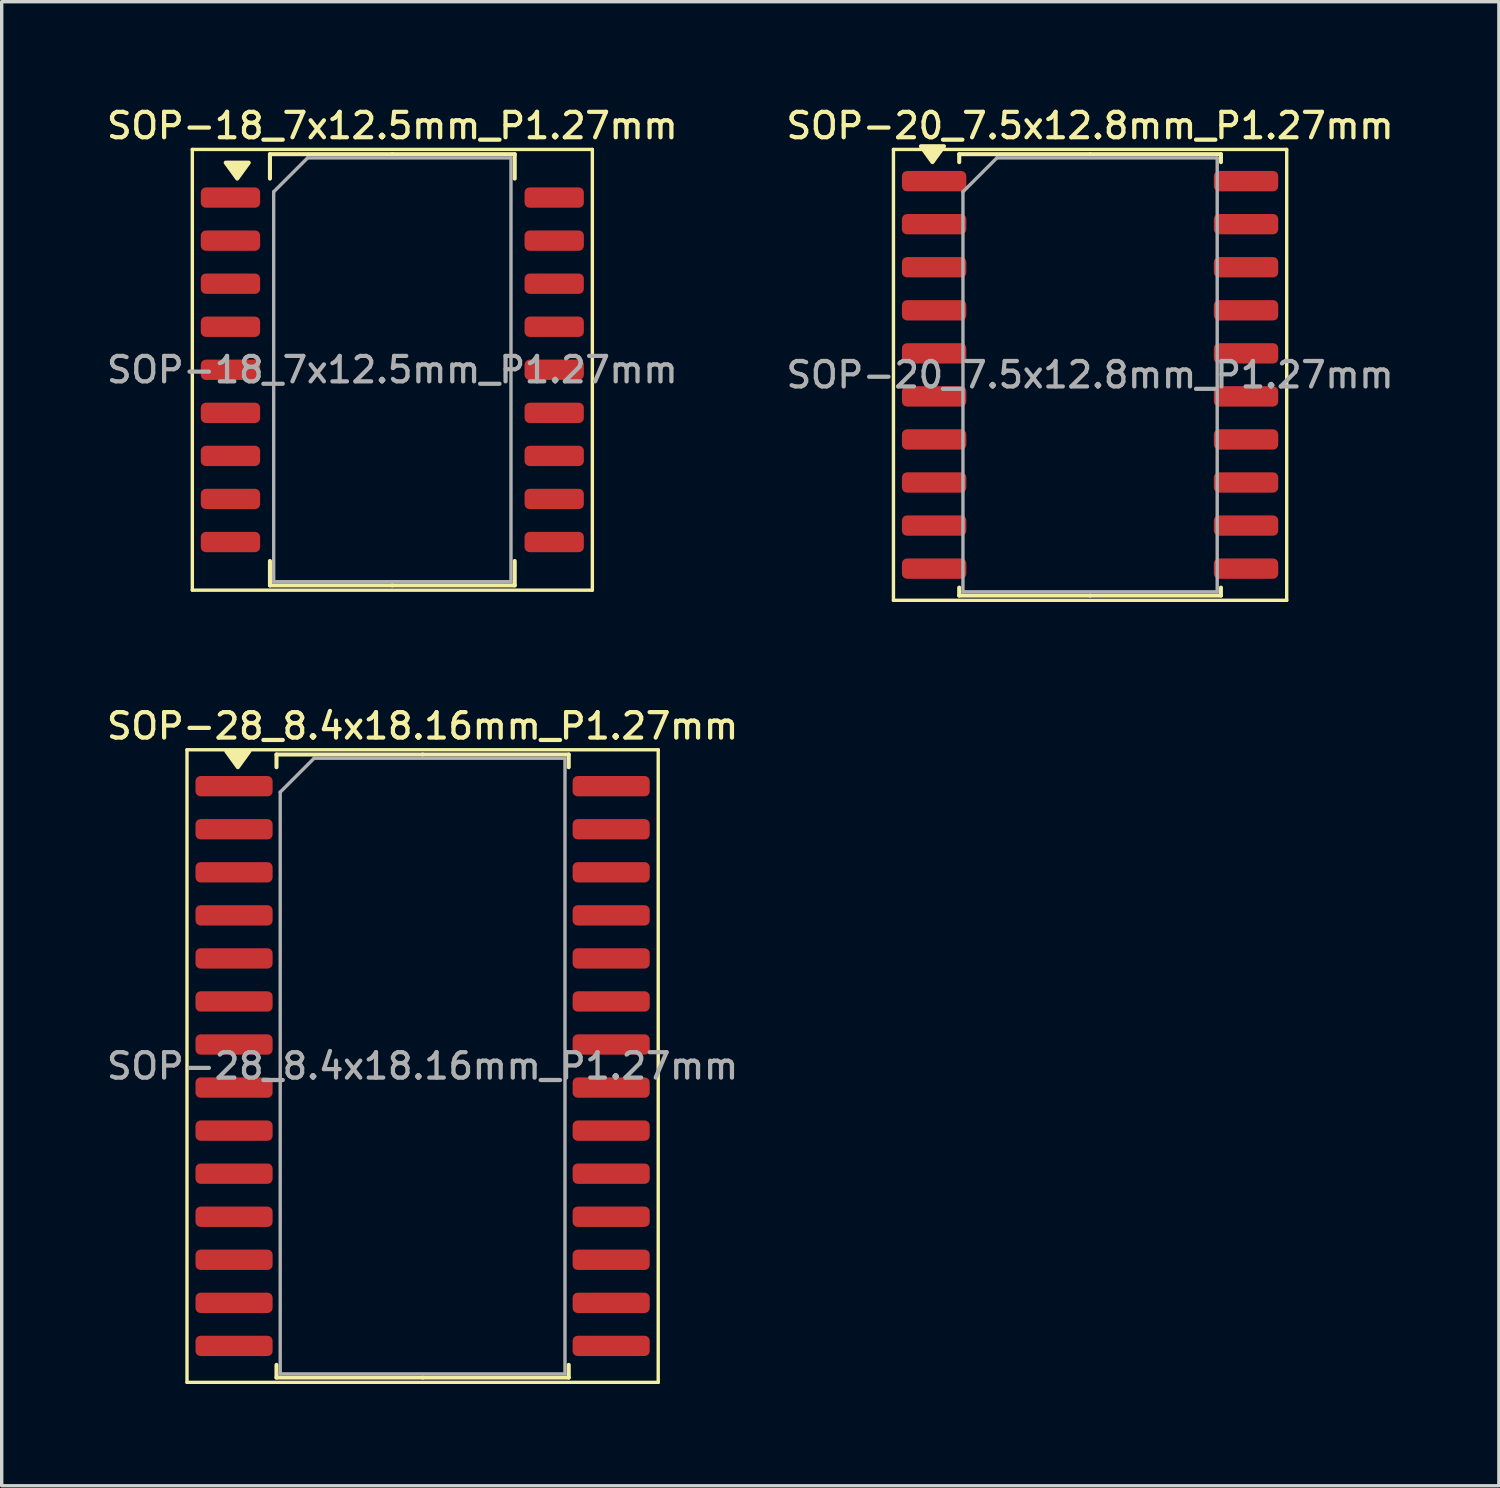
<source format=kicad_pcb>
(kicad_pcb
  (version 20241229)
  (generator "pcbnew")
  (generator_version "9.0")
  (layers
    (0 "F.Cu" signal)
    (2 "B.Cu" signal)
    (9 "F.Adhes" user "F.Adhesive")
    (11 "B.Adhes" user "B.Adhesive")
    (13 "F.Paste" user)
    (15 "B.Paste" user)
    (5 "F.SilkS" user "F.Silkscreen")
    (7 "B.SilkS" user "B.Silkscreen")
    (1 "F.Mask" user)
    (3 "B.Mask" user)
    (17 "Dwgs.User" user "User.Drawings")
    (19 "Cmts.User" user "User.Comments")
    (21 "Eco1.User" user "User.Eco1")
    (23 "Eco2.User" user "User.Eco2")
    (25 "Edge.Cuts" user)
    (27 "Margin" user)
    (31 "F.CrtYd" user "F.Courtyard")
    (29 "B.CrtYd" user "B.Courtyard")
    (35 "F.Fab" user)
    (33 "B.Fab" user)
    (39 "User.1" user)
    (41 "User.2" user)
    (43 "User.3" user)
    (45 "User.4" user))
  (footprint "SOP-18_7x12.5mm_P1.27mm"
    (layer "F.Cu")
    (at 8.523 7.858)
    (property "Reference" "SOP-18_7x12.5mm_P1.27mm" (at 0 -7.2 0) (layer "F.SilkS") (effects (font (size 0.75 0.75) (thickness 0.125))))
    (attr smd)
    (fp_line (start -5.9 -6.5) (end -5.9 6.5) (stroke (width 0.1) (type solid)) (layer "F.SilkS"))
    (fp_line (start -5.9 6.5) (end 5.9 6.5) (stroke (width 0.1) (type solid)) (layer "F.SilkS"))
    (fp_line (start -3.61 -6.36) (end -3.61 -5.64) (stroke (width 0.12) (type solid)) (layer "F.SilkS"))
    (fp_line (start -3.61 6.36) (end -3.61 5.64) (stroke (width 0.12) (type solid)) (layer "F.SilkS"))
    (fp_line (start 0 -6.36) (end -3.61 -6.36) (stroke (width 0.12) (type solid)) (layer "F.SilkS"))
    (fp_line (start 0 -6.36) (end 3.61 -6.36) (stroke (width 0.12) (type solid)) (layer "F.SilkS"))
    (fp_line (start 0 6.36) (end -3.61 6.36) (stroke (width 0.12) (type solid)) (layer "F.SilkS"))
    (fp_line (start 0 6.36) (end 3.61 6.36) (stroke (width 0.12) (type solid)) (layer "F.SilkS"))
    (fp_line (start 3.61 -6.36) (end 3.61 -5.64) (stroke (width 0.12) (type solid)) (layer "F.SilkS"))
    (fp_line (start 3.61 6.36) (end 3.61 5.64) (stroke (width 0.12) (type solid)) (layer "F.SilkS"))
    (fp_line (start 5.9 -6.5) (end -5.9 -6.5) (stroke (width 0.1) (type solid)) (layer "F.SilkS"))
    (fp_line (start 5.9 6.5) (end 5.9 -6.5) (stroke (width 0.1) (type solid)) (layer "F.SilkS"))
    (fp_poly (pts (xy -4.575 -5.64) (xy -4.915 -6.11) (xy -4.235 -6.11) (xy -4.575 -5.64)) (stroke (width 0.12) (type solid)) (fill yes) (layer "F.SilkS"))
    (fp_line (start -3.5 -5.25) (end -2.5 -6.25) (stroke (width 0.1) (type solid)) (layer "F.Fab"))
    (fp_line (start -3.5 6.25) (end -3.5 -5.25) (stroke (width 0.1) (type solid)) (layer "F.Fab"))
    (fp_line (start -2.5 -6.25) (end 3.5 -6.25) (stroke (width 0.1) (type solid)) (layer "F.Fab"))
    (fp_line (start 3.5 -6.25) (end 3.5 6.25) (stroke (width 0.1) (type solid)) (layer "F.Fab"))
    (fp_line (start 3.5 6.25) (end -3.5 6.25) (stroke (width 0.1) (type solid)) (layer "F.Fab"))
    (fp_text user "${REFERENCE}" (at 0 0 0) (layer "F.Fab") (effects (font (size 0.75 0.75) (thickness 0.125))))
    (pad "1" smd roundrect (at -4.775 -5.08) (size 1.75 0.6) (layers "F.Cu" "F.Mask" "F.Paste") (roundrect_rratio 0.25))
    (pad "2" smd roundrect (at -4.775 -3.81) (size 1.75 0.6) (layers "F.Cu" "F.Mask" "F.Paste") (roundrect_rratio 0.25))
    (pad "3" smd roundrect (at -4.775 -2.54) (size 1.75 0.6) (layers "F.Cu" "F.Mask" "F.Paste") (roundrect_rratio 0.25))
    (pad "4" smd roundrect (at -4.775 -1.27) (size 1.75 0.6) (layers "F.Cu" "F.Mask" "F.Paste") (roundrect_rratio 0.25))
    (pad "5" smd roundrect (at -4.775 0) (size 1.75 0.6) (layers "F.Cu" "F.Mask" "F.Paste") (roundrect_rratio 0.25))
    (pad "6" smd roundrect (at -4.775 1.27) (size 1.75 0.6) (layers "F.Cu" "F.Mask" "F.Paste") (roundrect_rratio 0.25))
    (pad "7" smd roundrect (at -4.775 2.54) (size 1.75 0.6) (layers "F.Cu" "F.Mask" "F.Paste") (roundrect_rratio 0.25))
    (pad "8" smd roundrect (at -4.775 3.81) (size 1.75 0.6) (layers "F.Cu" "F.Mask" "F.Paste") (roundrect_rratio 0.25))
    (pad "9" smd roundrect (at -4.775 5.08) (size 1.75 0.6) (layers "F.Cu" "F.Mask" "F.Paste") (roundrect_rratio 0.25))
    (pad "10" smd roundrect (at 4.775 5.08) (size 1.75 0.6) (layers "F.Cu" "F.Mask" "F.Paste") (roundrect_rratio 0.25))
    (pad "11" smd roundrect (at 4.775 3.81) (size 1.75 0.6) (layers "F.Cu" "F.Mask" "F.Paste") (roundrect_rratio 0.25))
    (pad "12" smd roundrect (at 4.775 2.54) (size 1.75 0.6) (layers "F.Cu" "F.Mask" "F.Paste") (roundrect_rratio 0.25))
    (pad "13" smd roundrect (at 4.775 1.27) (size 1.75 0.6) (layers "F.Cu" "F.Mask" "F.Paste") (roundrect_rratio 0.25))
    (pad "14" smd roundrect (at 4.775 0) (size 1.75 0.6) (layers "F.Cu" "F.Mask" "F.Paste") (roundrect_rratio 0.25))
    (pad "15" smd roundrect (at 4.775 -1.27) (size 1.75 0.6) (layers "F.Cu" "F.Mask" "F.Paste") (roundrect_rratio 0.25))
    (pad "16" smd roundrect (at 4.775 -2.54) (size 1.75 0.6) (layers "F.Cu" "F.Mask" "F.Paste") (roundrect_rratio 0.25))
    (pad "17" smd roundrect (at 4.775 -3.81) (size 1.75 0.6) (layers "F.Cu" "F.Mask" "F.Paste") (roundrect_rratio 0.25))
    (pad "18" smd roundrect (at 4.775 -5.08) (size 1.75 0.6) (layers "F.Cu" "F.Mask" "F.Paste") (roundrect_rratio 0.25)))
  (footprint "SOP-28_8.4x18.16mm_P1.27mm"
    (layer "F.Cu")
    (at 9.416 28.396)
    (property "Reference" "SOP-28_8.4x18.16mm_P1.27mm" (at 0 -10.03 0) (layer "F.SilkS") (effects (font (size 0.75 0.75) (thickness 0.125))))
    (attr smd)
    (fp_line (start -6.95 -9.33) (end -6.95 9.33) (stroke (width 0.1) (type solid)) (layer "F.SilkS"))
    (fp_line (start -6.95 9.33) (end 6.95 9.33) (stroke (width 0.1) (type solid)) (layer "F.SilkS"))
    (fp_line (start -4.31 -9.19) (end -4.31 -8.815) (stroke (width 0.12) (type solid)) (layer "F.SilkS"))
    (fp_line (start -4.31 9.19) (end -4.31 8.815) (stroke (width 0.12) (type solid)) (layer "F.SilkS"))
    (fp_line (start 0 -9.19) (end -4.31 -9.19) (stroke (width 0.12) (type solid)) (layer "F.SilkS"))
    (fp_line (start 0 -9.19) (end 4.31 -9.19) (stroke (width 0.12) (type solid)) (layer "F.SilkS"))
    (fp_line (start 0 9.19) (end -4.31 9.19) (stroke (width 0.12) (type solid)) (layer "F.SilkS"))
    (fp_line (start 0 9.19) (end 4.31 9.19) (stroke (width 0.12) (type solid)) (layer "F.SilkS"))
    (fp_line (start 4.31 -9.19) (end 4.31 -8.815) (stroke (width 0.12) (type solid)) (layer "F.SilkS"))
    (fp_line (start 4.31 9.19) (end 4.31 8.815) (stroke (width 0.12) (type solid)) (layer "F.SilkS"))
    (fp_line (start 6.95 -9.33) (end -6.95 -9.33) (stroke (width 0.1) (type solid)) (layer "F.SilkS"))
    (fp_line (start 6.95 9.33) (end 6.95 -9.33) (stroke (width 0.1) (type solid)) (layer "F.SilkS"))
    (fp_poly (pts (xy -5.45 -8.815) (xy -5.79 -9.285) (xy -5.11 -9.285) (xy -5.45 -8.815)) (stroke (width 0.12) (type solid)) (fill yes) (layer "F.SilkS"))
    (fp_line (start -4.2 -8.08) (end -3.2 -9.08) (stroke (width 0.1) (type solid)) (layer "F.Fab"))
    (fp_line (start -4.2 9.08) (end -4.2 -8.08) (stroke (width 0.1) (type solid)) (layer "F.Fab"))
    (fp_line (start -3.2 -9.08) (end 4.2 -9.08) (stroke (width 0.1) (type solid)) (layer "F.Fab"))
    (fp_line (start 4.2 -9.08) (end 4.2 9.08) (stroke (width 0.1) (type solid)) (layer "F.Fab"))
    (fp_line (start 4.2 9.08) (end -4.2 9.08) (stroke (width 0.1) (type solid)) (layer "F.Fab"))
    (fp_text user "${REFERENCE}" (at 0 0 0) (layer "F.Fab") (effects (font (size 0.75 0.75) (thickness 0.125))))
    (pad "1" smd roundrect (at -5.562 -8.255) (size 2.275 0.6) (layers "F.Cu" "F.Mask" "F.Paste") (roundrect_rratio 0.25))
    (pad "2" smd roundrect (at -5.562 -6.985) (size 2.275 0.6) (layers "F.Cu" "F.Mask" "F.Paste") (roundrect_rratio 0.25))
    (pad "3" smd roundrect (at -5.562 -5.715) (size 2.275 0.6) (layers "F.Cu" "F.Mask" "F.Paste") (roundrect_rratio 0.25))
    (pad "4" smd roundrect (at -5.562 -4.445) (size 2.275 0.6) (layers "F.Cu" "F.Mask" "F.Paste") (roundrect_rratio 0.25))
    (pad "5" smd roundrect (at -5.562 -3.175) (size 2.275 0.6) (layers "F.Cu" "F.Mask" "F.Paste") (roundrect_rratio 0.25))
    (pad "6" smd roundrect (at -5.562 -1.905) (size 2.275 0.6) (layers "F.Cu" "F.Mask" "F.Paste") (roundrect_rratio 0.25))
    (pad "7" smd roundrect (at -5.562 -0.635) (size 2.275 0.6) (layers "F.Cu" "F.Mask" "F.Paste") (roundrect_rratio 0.25))
    (pad "8" smd roundrect (at -5.562 0.635) (size 2.275 0.6) (layers "F.Cu" "F.Mask" "F.Paste") (roundrect_rratio 0.25))
    (pad "9" smd roundrect (at -5.562 1.905) (size 2.275 0.6) (layers "F.Cu" "F.Mask" "F.Paste") (roundrect_rratio 0.25))
    (pad "10" smd roundrect (at -5.562 3.175) (size 2.275 0.6) (layers "F.Cu" "F.Mask" "F.Paste") (roundrect_rratio 0.25))
    (pad "11" smd roundrect (at -5.562 4.445) (size 2.275 0.6) (layers "F.Cu" "F.Mask" "F.Paste") (roundrect_rratio 0.25))
    (pad "12" smd roundrect (at -5.562 5.715) (size 2.275 0.6) (layers "F.Cu" "F.Mask" "F.Paste") (roundrect_rratio 0.25))
    (pad "13" smd roundrect (at -5.562 6.985) (size 2.275 0.6) (layers "F.Cu" "F.Mask" "F.Paste") (roundrect_rratio 0.25))
    (pad "14" smd roundrect (at -5.562 8.255) (size 2.275 0.6) (layers "F.Cu" "F.Mask" "F.Paste") (roundrect_rratio 0.25))
    (pad "15" smd roundrect (at 5.562 8.255) (size 2.275 0.6) (layers "F.Cu" "F.Mask" "F.Paste") (roundrect_rratio 0.25))
    (pad "16" smd roundrect (at 5.562 6.985) (size 2.275 0.6) (layers "F.Cu" "F.Mask" "F.Paste") (roundrect_rratio 0.25))
    (pad "17" smd roundrect (at 5.562 5.715) (size 2.275 0.6) (layers "F.Cu" "F.Mask" "F.Paste") (roundrect_rratio 0.25))
    (pad "18" smd roundrect (at 5.562 4.445) (size 2.275 0.6) (layers "F.Cu" "F.Mask" "F.Paste") (roundrect_rratio 0.25))
    (pad "19" smd roundrect (at 5.562 3.175) (size 2.275 0.6) (layers "F.Cu" "F.Mask" "F.Paste") (roundrect_rratio 0.25))
    (pad "20" smd roundrect (at 5.562 1.905) (size 2.275 0.6) (layers "F.Cu" "F.Mask" "F.Paste") (roundrect_rratio 0.25))
    (pad "21" smd roundrect (at 5.562 0.635) (size 2.275 0.6) (layers "F.Cu" "F.Mask" "F.Paste") (roundrect_rratio 0.25))
    (pad "22" smd roundrect (at 5.562 -0.635) (size 2.275 0.6) (layers "F.Cu" "F.Mask" "F.Paste") (roundrect_rratio 0.25))
    (pad "23" smd roundrect (at 5.562 -1.905) (size 2.275 0.6) (layers "F.Cu" "F.Mask" "F.Paste") (roundrect_rratio 0.25))
    (pad "24" smd roundrect (at 5.562 -3.175) (size 2.275 0.6) (layers "F.Cu" "F.Mask" "F.Paste") (roundrect_rratio 0.25))
    (pad "25" smd roundrect (at 5.562 -4.445) (size 2.275 0.6) (layers "F.Cu" "F.Mask" "F.Paste") (roundrect_rratio 0.25))
    (pad "26" smd roundrect (at 5.562 -5.715) (size 2.275 0.6) (layers "F.Cu" "F.Mask" "F.Paste") (roundrect_rratio 0.25))
    (pad "27" smd roundrect (at 5.562 -6.985) (size 2.275 0.6) (layers "F.Cu" "F.Mask" "F.Paste") (roundrect_rratio 0.25))
    (pad "28" smd roundrect (at 5.562 -8.255) (size 2.275 0.6) (layers "F.Cu" "F.Mask" "F.Paste") (roundrect_rratio 0.25)))
  (footprint "SOP-20_7.5x12.8mm_P1.27mm"
    (layer "F.Cu")
    (at 29.105 8.008)
    (property "Reference" "SOP-20_7.5x12.8mm_P1.27mm" (at 0 -7.35 0) (layer "F.SilkS") (effects (font (size 0.75 0.75) (thickness 0.125))))
    (attr smd)
    (fp_line (start -5.8 -6.65) (end -5.8 6.65) (stroke (width 0.1) (type solid)) (layer "F.SilkS"))
    (fp_line (start -5.8 6.65) (end 5.8 6.65) (stroke (width 0.1) (type solid)) (layer "F.SilkS"))
    (fp_line (start -3.86 -6.51) (end -3.86 -6.275) (stroke (width 0.12) (type solid)) (layer "F.SilkS"))
    (fp_line (start -3.86 6.51) (end -3.86 6.275) (stroke (width 0.12) (type solid)) (layer "F.SilkS"))
    (fp_line (start 0 -6.51) (end -3.86 -6.51) (stroke (width 0.12) (type solid)) (layer "F.SilkS"))
    (fp_line (start 0 -6.51) (end 3.86 -6.51) (stroke (width 0.12) (type solid)) (layer "F.SilkS"))
    (fp_line (start 0 6.51) (end -3.86 6.51) (stroke (width 0.12) (type solid)) (layer "F.SilkS"))
    (fp_line (start 0 6.51) (end 3.86 6.51) (stroke (width 0.12) (type solid)) (layer "F.SilkS"))
    (fp_line (start 3.86 -6.51) (end 3.86 -6.275) (stroke (width 0.12) (type solid)) (layer "F.SilkS"))
    (fp_line (start 3.86 6.51) (end 3.86 6.275) (stroke (width 0.12) (type solid)) (layer "F.SilkS"))
    (fp_line (start 5.8 -6.65) (end -5.8 -6.65) (stroke (width 0.1) (type solid)) (layer "F.SilkS"))
    (fp_line (start 5.8 6.65) (end 5.8 -6.65) (stroke (width 0.1) (type solid)) (layer "F.SilkS"))
    (fp_poly (pts (xy -4.65 -6.275) (xy -4.99 -6.745) (xy -4.31 -6.745) (xy -4.65 -6.275)) (stroke (width 0.12) (type solid)) (fill yes) (layer "F.SilkS"))
    (fp_line (start -3.75 -5.4) (end -2.75 -6.4) (stroke (width 0.1) (type solid)) (layer "F.Fab"))
    (fp_line (start -3.75 6.4) (end -3.75 -5.4) (stroke (width 0.1) (type solid)) (layer "F.Fab"))
    (fp_line (start -2.75 -6.4) (end 3.75 -6.4) (stroke (width 0.1) (type solid)) (layer "F.Fab"))
    (fp_line (start 3.75 -6.4) (end 3.75 6.4) (stroke (width 0.1) (type solid)) (layer "F.Fab"))
    (fp_line (start 3.75 6.4) (end -3.75 6.4) (stroke (width 0.1) (type solid)) (layer "F.Fab"))
    (fp_text user "${REFERENCE}" (at 0 0 0) (layer "F.Fab") (effects (font (size 0.75 0.75) (thickness 0.125))))
    (pad "1" smd roundrect (at -4.6 -5.715) (size 1.9 0.6) (layers "F.Cu" "F.Mask" "F.Paste") (roundrect_rratio 0.25))
    (pad "2" smd roundrect (at -4.6 -4.445) (size 1.9 0.6) (layers "F.Cu" "F.Mask" "F.Paste") (roundrect_rratio 0.25))
    (pad "3" smd roundrect (at -4.6 -3.175) (size 1.9 0.6) (layers "F.Cu" "F.Mask" "F.Paste") (roundrect_rratio 0.25))
    (pad "4" smd roundrect (at -4.6 -1.905) (size 1.9 0.6) (layers "F.Cu" "F.Mask" "F.Paste") (roundrect_rratio 0.25))
    (pad "5" smd roundrect (at -4.6 -0.635) (size 1.9 0.6) (layers "F.Cu" "F.Mask" "F.Paste") (roundrect_rratio 0.25))
    (pad "6" smd roundrect (at -4.6 0.635) (size 1.9 0.6) (layers "F.Cu" "F.Mask" "F.Paste") (roundrect_rratio 0.25))
    (pad "7" smd roundrect (at -4.6 1.905) (size 1.9 0.6) (layers "F.Cu" "F.Mask" "F.Paste") (roundrect_rratio 0.25))
    (pad "8" smd roundrect (at -4.6 3.175) (size 1.9 0.6) (layers "F.Cu" "F.Mask" "F.Paste") (roundrect_rratio 0.25))
    (pad "9" smd roundrect (at -4.6 4.445) (size 1.9 0.6) (layers "F.Cu" "F.Mask" "F.Paste") (roundrect_rratio 0.25))
    (pad "10" smd roundrect (at -4.6 5.715) (size 1.9 0.6) (layers "F.Cu" "F.Mask" "F.Paste") (roundrect_rratio 0.25))
    (pad "11" smd roundrect (at 4.6 5.715) (size 1.9 0.6) (layers "F.Cu" "F.Mask" "F.Paste") (roundrect_rratio 0.25))
    (pad "12" smd roundrect (at 4.6 4.445) (size 1.9 0.6) (layers "F.Cu" "F.Mask" "F.Paste") (roundrect_rratio 0.25))
    (pad "13" smd roundrect (at 4.6 3.175) (size 1.9 0.6) (layers "F.Cu" "F.Mask" "F.Paste") (roundrect_rratio 0.25))
    (pad "14" smd roundrect (at 4.6 1.905) (size 1.9 0.6) (layers "F.Cu" "F.Mask" "F.Paste") (roundrect_rratio 0.25))
    (pad "15" smd roundrect (at 4.6 0.635) (size 1.9 0.6) (layers "F.Cu" "F.Mask" "F.Paste") (roundrect_rratio 0.25))
    (pad "16" smd roundrect (at 4.6 -0.635) (size 1.9 0.6) (layers "F.Cu" "F.Mask" "F.Paste") (roundrect_rratio 0.25))
    (pad "17" smd roundrect (at 4.6 -1.905) (size 1.9 0.6) (layers "F.Cu" "F.Mask" "F.Paste") (roundrect_rratio 0.25))
    (pad "18" smd roundrect (at 4.6 -3.175) (size 1.9 0.6) (layers "F.Cu" "F.Mask" "F.Paste") (roundrect_rratio 0.25))
    (pad "19" smd roundrect (at 4.6 -4.445) (size 1.9 0.6) (layers "F.Cu" "F.Mask" "F.Paste") (roundrect_rratio 0.25))
    (pad "20" smd roundrect (at 4.6 -5.715) (size 1.9 0.6) (layers "F.Cu" "F.Mask" "F.Paste") (roundrect_rratio 0.25)))
  (gr_rect
    (start -3 -3)
    (end 41.164 40.776)
    (stroke (width 0.1) (type default))
    (fill no)
    (layer "Edge.Cuts")))
</source>
